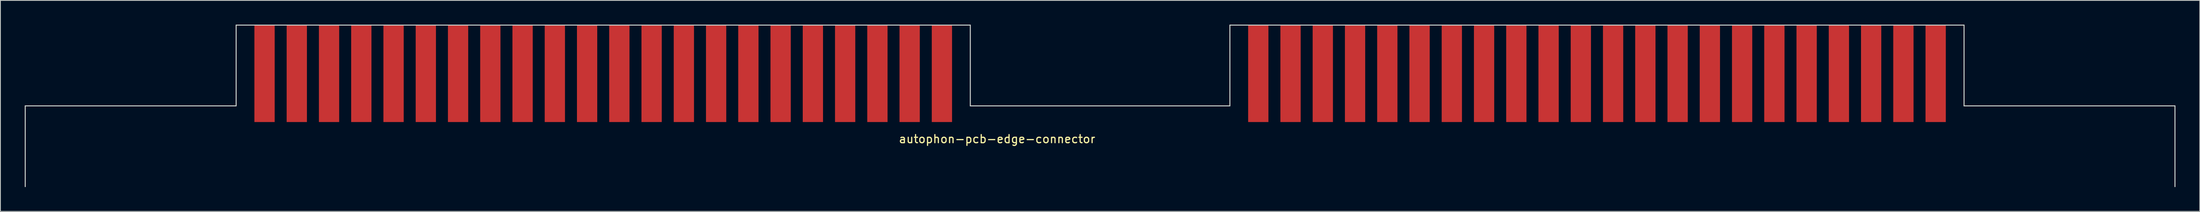
<source format=kicad_pcb>
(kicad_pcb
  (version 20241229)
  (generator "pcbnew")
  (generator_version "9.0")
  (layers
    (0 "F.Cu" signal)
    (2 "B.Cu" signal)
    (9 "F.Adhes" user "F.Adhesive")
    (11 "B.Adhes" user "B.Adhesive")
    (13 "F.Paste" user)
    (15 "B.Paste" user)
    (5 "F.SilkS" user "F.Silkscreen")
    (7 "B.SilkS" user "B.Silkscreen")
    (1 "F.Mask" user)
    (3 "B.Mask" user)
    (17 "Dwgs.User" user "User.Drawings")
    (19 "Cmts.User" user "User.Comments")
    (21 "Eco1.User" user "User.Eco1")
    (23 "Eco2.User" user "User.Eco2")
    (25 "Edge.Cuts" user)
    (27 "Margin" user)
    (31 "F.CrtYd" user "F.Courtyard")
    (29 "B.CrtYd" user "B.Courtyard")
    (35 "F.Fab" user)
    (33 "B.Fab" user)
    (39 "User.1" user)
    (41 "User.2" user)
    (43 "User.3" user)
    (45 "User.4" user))
  (footprint "autophon-pcb-edge-connector"
    (layer "F.Cu")
    (at 132.56 10.06)
    (property "Reference" "autophon-pcb-edge-connector" (at -12.7 4.1 0) (layer "F.SilkS") (effects (font (size 1 1) (thickness 0.15))))
    (attr through_hole)
    (fp_line (start -132.5 0) (end -132.5 10) (stroke (width 0.12) (type solid)) (layer "Edge.Cuts"))
    (fp_line (start -132.5 0) (end -106.5 0) (stroke (width 0.12) (type solid)) (layer "Edge.Cuts"))
    (fp_line (start -106.5 -10) (end -16 -10) (stroke (width 0.12) (type solid)) (layer "Edge.Cuts"))
    (fp_line (start -106.5 0) (end -106.5 -10) (stroke (width 0.12) (type solid)) (layer "Edge.Cuts"))
    (fp_line (start -16 0) (end -16 -10) (stroke (width 0.12) (type solid)) (layer "Edge.Cuts"))
    (fp_line (start -16 0) (end 16 0) (stroke (width 0.12) (type solid)) (layer "Edge.Cuts"))
    (fp_line (start 16 -10) (end 106.5 -10) (stroke (width 0.12) (type solid)) (layer "Edge.Cuts"))
    (fp_line (start 16 0) (end 16 -10) (stroke (width 0.12) (type solid)) (layer "Edge.Cuts"))
    (fp_line (start 106.5 0) (end 106.5 -10) (stroke (width 0.12) (type solid)) (layer "Edge.Cuts"))
    (fp_line (start 106.5 0) (end 132.5 0) (stroke (width 0.12) (type solid)) (layer "Edge.Cuts"))
    (fp_line (start 132.5 0) (end 132.5 10) (stroke (width 0.12) (type solid)) (layer "Edge.Cuts"))
    (pad "1" connect rect (at -103 0.5) (size 2.5 12) (drill (offset 0 -4.5)) (layers "F.Cu" "F.Mask"))
    (pad "2" connect rect (at -99.024 0.5) (size 2.5 12) (drill (offset 0 -4.5)) (layers "F.Cu" "F.Mask"))
    (pad "3" connect rect (at -95.048 0.5) (size 2.5 12) (drill (offset 0 -4.5)) (layers "F.Cu" "F.Mask"))
    (pad "4" connect rect (at -91.071 0.5) (size 2.5 12) (drill (offset 0 -4.5)) (layers "F.Cu" "F.Mask"))
    (pad "5" connect rect (at -87.095 0.5) (size 2.5 12) (drill (offset 0 -4.5)) (layers "F.Cu" "F.Mask"))
    (pad "6" connect rect (at -83.119 0.5) (size 2.5 12) (drill (offset 0 -4.5)) (layers "F.Cu" "F.Mask"))
    (pad "7" connect rect (at -79.143 0.5) (size 2.5 12) (drill (offset 0 -4.5)) (layers "F.Cu" "F.Mask"))
    (pad "8" connect rect (at -75.167 0.5) (size 2.5 12) (drill (offset 0 -4.5)) (layers "F.Cu" "F.Mask"))
    (pad "9" connect rect (at -71.19 0.5) (size 2.5 12) (drill (offset 0 -4.5)) (layers "F.Cu" "F.Mask"))
    (pad "10" connect rect (at -67.214 0.5) (size 2.5 12) (drill (offset 0 -4.5)) (layers "F.Cu" "F.Mask"))
    (pad "11" connect rect (at -63.238 0.5) (size 2.5 12) (drill (offset 0 -4.5)) (layers "F.Cu" "F.Mask"))
    (pad "12" connect rect (at -59.262 0.5) (size 2.5 12) (drill (offset 0 -4.5)) (layers "F.Cu" "F.Mask"))
    (pad "13" connect rect (at -55.286 0.5) (size 2.5 12) (drill (offset 0 -4.5)) (layers "F.Cu" "F.Mask"))
    (pad "14" connect rect (at -51.309 0.5) (size 2.5 12) (drill (offset 0 -4.5)) (layers "F.Cu" "F.Mask"))
    (pad "15" connect rect (at -47.333 0.5) (size 2.5 12) (drill (offset 0 -4.5)) (layers "F.Cu" "F.Mask"))
    (pad "16" connect rect (at -43.357 0.5) (size 2.5 12) (drill (offset 0 -4.5)) (layers "F.Cu" "F.Mask"))
    (pad "17" connect rect (at -39.381 0.5) (size 2.5 12) (drill (offset 0 -4.5)) (layers "F.Cu" "F.Mask"))
    (pad "18" connect rect (at -35.405 0.5) (size 2.5 12) (drill (offset 0 -4.5)) (layers "F.Cu" "F.Mask"))
    (pad "19" connect rect (at -31.428 0.5) (size 2.5 12) (drill (offset 0 -4.5)) (layers "F.Cu" "F.Mask"))
    (pad "20" connect rect (at -27.452 0.5) (size 2.5 12) (drill (offset 0 -4.5)) (layers "F.Cu" "F.Mask"))
    (pad "21" connect rect (at -23.476 0.5) (size 2.5 12) (drill (offset 0 -4.5)) (layers "F.Cu" "F.Mask"))
    (pad "22" connect rect (at -19.5 0.5) (size 2.5 12) (drill (offset 0 -4.5)) (layers "F.Cu" "F.Mask"))
    (pad "23" connect rect (at 19.5 0.5) (size 2.5 12) (drill (offset 0 -4.5)) (layers "F.Cu" "F.Mask"))
    (pad "24" connect rect (at 23.476 0.5) (size 2.5 12) (drill (offset 0 -4.5)) (layers "F.Cu" "F.Mask"))
    (pad "25" connect rect (at 27.452 0.5) (size 2.5 12) (drill (offset 0 -4.5)) (layers "F.Cu" "F.Mask"))
    (pad "26" connect rect (at 31.429 0.5) (size 2.5 12) (drill (offset 0 -4.5)) (layers "F.Cu" "F.Mask"))
    (pad "27" connect rect (at 35.405 0.5) (size 2.5 12) (drill (offset 0 -4.5)) (layers "F.Cu" "F.Mask"))
    (pad "28" connect rect (at 39.381 0.5) (size 2.5 12) (drill (offset 0 -4.5)) (layers "F.Cu" "F.Mask"))
    (pad "29" connect rect (at 43.357 0.5) (size 2.5 12) (drill (offset 0 -4.5)) (layers "F.Cu" "F.Mask"))
    (pad "30" connect rect (at 47.333 0.5) (size 2.5 12) (drill (offset 0 -4.5)) (layers "F.Cu" "F.Mask"))
    (pad "31" connect rect (at 51.31 0.5) (size 2.5 12) (drill (offset 0 -4.5)) (layers "F.Cu" "F.Mask"))
    (pad "32" connect rect (at 55.286 0.5) (size 2.5 12) (drill (offset 0 -4.5)) (layers "F.Cu" "F.Mask"))
    (pad "33" connect rect (at 59.262 0.5) (size 2.5 12) (drill (offset 0 -4.5)) (layers "F.Cu" "F.Mask"))
    (pad "34" connect rect (at 63.238 0.5) (size 2.5 12) (drill (offset 0 -4.5)) (layers "F.Cu" "F.Mask"))
    (pad "35" connect rect (at 67.214 0.5) (size 2.5 12) (drill (offset 0 -4.5)) (layers "F.Cu" "F.Mask"))
    (pad "36" connect rect (at 71.191 0.5) (size 2.5 12) (drill (offset 0 -4.5)) (layers "F.Cu" "F.Mask"))
    (pad "37" connect rect (at 75.167 0.5) (size 2.5 12) (drill (offset 0 -4.5)) (layers "F.Cu" "F.Mask"))
    (pad "38" connect rect (at 79.143 0.5) (size 2.5 12) (drill (offset 0 -4.5)) (layers "F.Cu" "F.Mask"))
    (pad "39" connect rect (at 83.119 0.5) (size 2.5 12) (drill (offset 0 -4.5)) (layers "F.Cu" "F.Mask"))
    (pad "40" connect rect (at 87.095 0.5) (size 2.5 12) (drill (offset 0 -4.5)) (layers "F.Cu" "F.Mask"))
    (pad "41" connect rect (at 91.072 0.5) (size 2.5 12) (drill (offset 0 -4.5)) (layers "F.Cu" "F.Mask"))
    (pad "42" connect rect (at 95.048 0.5) (size 2.5 12) (drill (offset 0 -4.5)) (layers "F.Cu" "F.Mask"))
    (pad "43" connect rect (at 99.024 0.5) (size 2.5 12) (drill (offset 0 -4.5)) (layers "F.Cu" "F.Mask"))
    (pad "44" connect rect (at 103 0.5) (size 2.5 12) (drill (offset 0 -4.5)) (layers "F.Cu" "F.Mask")))
  (gr_rect
    (start -3 -3)
    (end 268.12 23.12)
    (stroke (width 0.1) (type default))
    (fill no)
    (layer "Edge.Cuts")))
</source>
